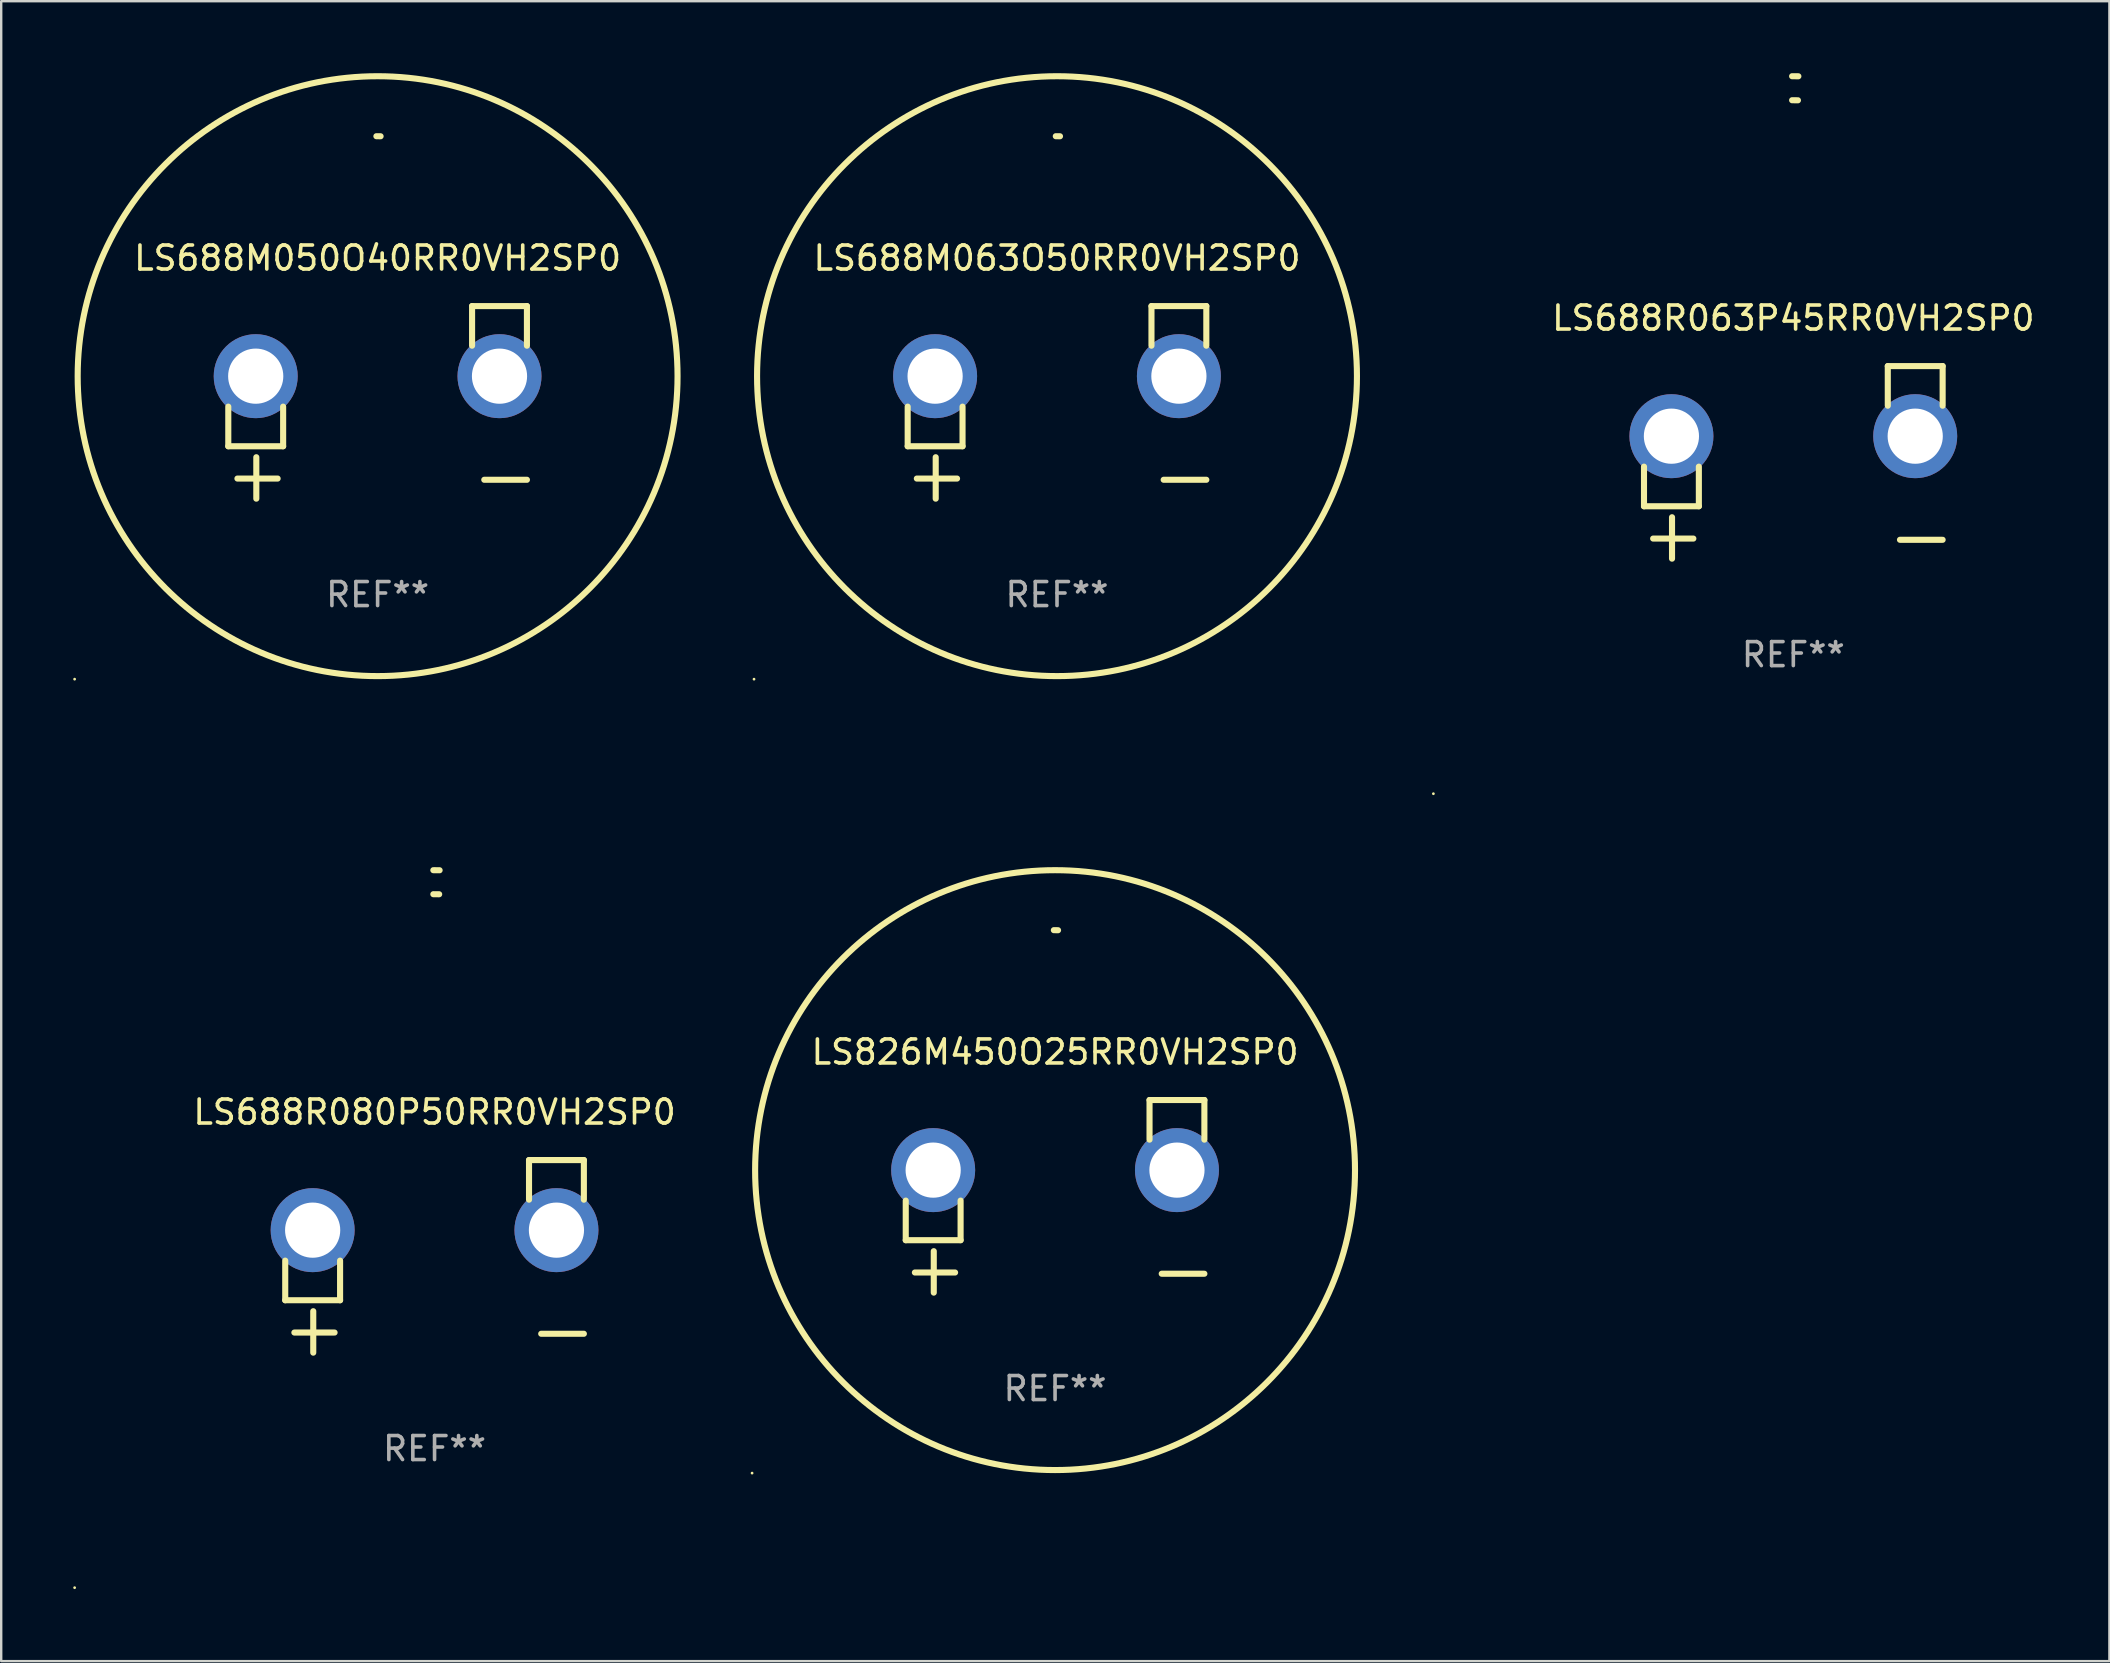
<source format=kicad_pcb>
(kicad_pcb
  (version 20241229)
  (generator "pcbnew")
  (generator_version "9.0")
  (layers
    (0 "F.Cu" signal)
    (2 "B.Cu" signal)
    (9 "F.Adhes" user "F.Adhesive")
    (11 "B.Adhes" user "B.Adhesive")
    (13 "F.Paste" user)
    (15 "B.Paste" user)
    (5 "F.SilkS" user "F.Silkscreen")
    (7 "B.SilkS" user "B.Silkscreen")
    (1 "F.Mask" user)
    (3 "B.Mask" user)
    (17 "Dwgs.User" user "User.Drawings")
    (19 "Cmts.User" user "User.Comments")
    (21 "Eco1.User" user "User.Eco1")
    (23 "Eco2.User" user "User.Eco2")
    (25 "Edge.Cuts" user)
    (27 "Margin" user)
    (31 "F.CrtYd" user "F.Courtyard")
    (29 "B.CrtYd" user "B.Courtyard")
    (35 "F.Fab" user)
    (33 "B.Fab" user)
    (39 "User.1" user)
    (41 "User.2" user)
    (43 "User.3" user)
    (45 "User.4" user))
  (footprint "LS688M063O50RR0VH2SP0"
    (layer "F.Cu")
    (at 41.001 13.719)
    (property "Reference" "LS688M063O50RR0VH2SP0" (at 0 -6.013 0) (layer "F.SilkS") (effects (font (size 1 1) (thickness 0.15))))
    (attr through_hole)
    (fp_line (start -6.223 0.178) (end -6.223 1.829) (stroke (width 0.254) (type solid)) (layer "F.SilkS"))
    (fp_line (start -6.223 1.829) (end -3.937 1.829) (stroke (width 0.254) (type solid)) (layer "F.SilkS"))
    (fp_line (start -5.055 4.013) (end -5.055 2.286) (stroke (width 0.254) (type solid)) (layer "F.SilkS"))
    (fp_line (start -4.166 3.175) (end -5.842 3.175) (stroke (width 0.254) (type solid)) (layer "F.SilkS"))
    (fp_line (start -3.937 1.829) (end -3.937 0.178) (stroke (width 0.254) (type solid)) (layer "F.SilkS"))
    (fp_line (start 3.937 -4.013) (end 3.937 -2.362) (stroke (width 0.254) (type solid)) (layer "F.SilkS"))
    (fp_line (start 6.223 -4.013) (end 3.937 -4.013) (stroke (width 0.254) (type solid)) (layer "F.SilkS"))
    (fp_line (start 6.223 -2.362) (end 6.223 -4.013) (stroke (width 0.254) (type solid)) (layer "F.SilkS"))
    (fp_line (start 6.223 3.226) (end 4.445 3.226) (stroke (width 0.254) (type solid)) (layer "F.SilkS"))
    (fp_arc (start -0.0508 -11.092202) (mid 0.036835 -11.091307) (end 0.12446 -11.089662) (stroke (width 0.254001) (type solid)) (layer "F.SilkS"))
    (fp_circle (center -12.627 11.535) (end -12.597 11.535) (stroke (width 0.06) (type solid)) (fill no) (layer "F.SilkS"))
    (fp_circle (center 0 -1.092) (end 12.5 -1.092) (stroke (width 0.254) (type solid)) (fill no) (layer "F.SilkS"))
    (fp_text user "REF**" (at 0 8.013 0) (layer "F.Fab") (effects (font (size 1 1) (thickness 0.15))))
    (pad "1" thru_hole circle (at -5.08 -1.092) (size 3.5 3.5) (drill 2.3) (layers "*.Cu" "*.Mask"))
    (pad "2" thru_hole circle (at 5.08 -1.092) (size 3.5 3.5) (drill 2.3) (layers "*.Cu" "*.Mask")))
  (footprint "LS688M050O40RR0VH2SP0"
    (layer "F.Cu")
    (at 12.687 13.719)
    (property "Reference" "LS688M050O40RR0VH2SP0" (at 0 -6.013 0) (layer "F.SilkS") (effects (font (size 1 1) (thickness 0.15))))
    (attr through_hole)
    (fp_line (start -6.223 0.178) (end -6.223 1.829) (stroke (width 0.254) (type solid)) (layer "F.SilkS"))
    (fp_line (start -6.223 1.829) (end -3.937 1.829) (stroke (width 0.254) (type solid)) (layer "F.SilkS"))
    (fp_line (start -5.055 4.013) (end -5.055 2.286) (stroke (width 0.254) (type solid)) (layer "F.SilkS"))
    (fp_line (start -4.166 3.175) (end -5.842 3.175) (stroke (width 0.254) (type solid)) (layer "F.SilkS"))
    (fp_line (start -3.937 1.829) (end -3.937 0.178) (stroke (width 0.254) (type solid)) (layer "F.SilkS"))
    (fp_line (start 3.937 -4.013) (end 3.937 -2.362) (stroke (width 0.254) (type solid)) (layer "F.SilkS"))
    (fp_line (start 6.223 -4.013) (end 3.937 -4.013) (stroke (width 0.254) (type solid)) (layer "F.SilkS"))
    (fp_line (start 6.223 -2.362) (end 6.223 -4.013) (stroke (width 0.254) (type solid)) (layer "F.SilkS"))
    (fp_line (start 6.223 3.226) (end 4.445 3.226) (stroke (width 0.254) (type solid)) (layer "F.SilkS"))
    (fp_arc (start -0.0508 -11.092202) (mid 0.036835 -11.091307) (end 0.12446 -11.089662) (stroke (width 0.254001) (type solid)) (layer "F.SilkS"))
    (fp_circle (center -12.627 11.535) (end -12.597 11.535) (stroke (width 0.06) (type solid)) (fill no) (layer "F.SilkS"))
    (fp_circle (center 0 -1.092) (end 12.5 -1.092) (stroke (width 0.254) (type solid)) (fill no) (layer "F.SilkS"))
    (fp_text user "REF**" (at 0 8.013 0) (layer "F.Fab") (effects (font (size 1 1) (thickness 0.15))))
    (pad "1" thru_hole circle (at -5.08 -1.092) (size 3.5 3.5) (drill 2.3) (layers "*.Cu" "*.Mask"))
    (pad "2" thru_hole circle (at 5.08 -1.092) (size 3.5 3.5) (drill 2.3) (layers "*.Cu" "*.Mask")))
  (footprint "LS826M450O25RR0VH2SP0"
    (layer "F.Cu")
    (at 40.92 46.807)
    (property "Reference" "LS826M450O25RR0VH2SP0" (at 0 -6.013 0) (layer "F.SilkS") (effects (font (size 1 1) (thickness 0.15))))
    (attr through_hole)
    (fp_line (start -6.223 0.178) (end -6.223 1.829) (stroke (width 0.254) (type solid)) (layer "F.SilkS"))
    (fp_line (start -6.223 1.829) (end -3.937 1.829) (stroke (width 0.254) (type solid)) (layer "F.SilkS"))
    (fp_line (start -5.055 4.013) (end -5.055 2.286) (stroke (width 0.254) (type solid)) (layer "F.SilkS"))
    (fp_line (start -4.166 3.175) (end -5.842 3.175) (stroke (width 0.254) (type solid)) (layer "F.SilkS"))
    (fp_line (start -3.937 1.829) (end -3.937 0.178) (stroke (width 0.254) (type solid)) (layer "F.SilkS"))
    (fp_line (start 3.937 -4.013) (end 3.937 -2.362) (stroke (width 0.254) (type solid)) (layer "F.SilkS"))
    (fp_line (start 6.223 -4.013) (end 3.937 -4.013) (stroke (width 0.254) (type solid)) (layer "F.SilkS"))
    (fp_line (start 6.223 -2.362) (end 6.223 -4.013) (stroke (width 0.254) (type solid)) (layer "F.SilkS"))
    (fp_line (start 6.223 3.226) (end 4.445 3.226) (stroke (width 0.254) (type solid)) (layer "F.SilkS"))
    (fp_arc (start -0.0508 -11.092202) (mid 0.036835 -11.091307) (end 0.12446 -11.089662) (stroke (width 0.254001) (type solid)) (layer "F.SilkS"))
    (fp_circle (center -12.627 11.535) (end -12.597 11.535) (stroke (width 0.06) (type solid)) (fill no) (layer "F.SilkS"))
    (fp_circle (center 0 -1.092) (end 12.5 -1.092) (stroke (width 0.254) (type solid)) (fill no) (layer "F.SilkS"))
    (fp_text user "REF**" (at 0 8.013 0) (layer "F.Fab") (effects (font (size 1 1) (thickness 0.15))))
    (pad "1" thru_hole circle (at -5.08 -1.092) (size 3.5 3.5) (drill 2.3) (layers "*.Cu" "*.Mask"))
    (pad "2" thru_hole circle (at 5.08 -1.092) (size 3.5 3.5) (drill 2.3) (layers "*.Cu" "*.Mask")))
  (footprint "LS688R063P45RR0VH2SP0"
    (layer "F.Cu")
    (at 71.687 16.22)
    (property "Reference" "LS688R063P45RR0VH2SP0" (at 0 -6.013 0) (layer "F.SilkS") (effects (font (size 1 1) (thickness 0.15))))
    (attr through_hole)
    (fp_line (start -6.223 0.178) (end -6.223 1.829) (stroke (width 0.254) (type solid)) (layer "F.SilkS"))
    (fp_line (start -6.223 1.829) (end -3.937 1.829) (stroke (width 0.254) (type solid)) (layer "F.SilkS"))
    (fp_line (start -5.055 4.013) (end -5.055 2.286) (stroke (width 0.254) (type solid)) (layer "F.SilkS"))
    (fp_line (start -4.166 3.175) (end -5.842 3.175) (stroke (width 0.254) (type solid)) (layer "F.SilkS"))
    (fp_line (start -3.937 1.829) (end -3.937 0.178) (stroke (width 0.254) (type solid)) (layer "F.SilkS"))
    (fp_line (start 3.937 -4.013) (end 3.937 -2.362) (stroke (width 0.254) (type solid)) (layer "F.SilkS"))
    (fp_line (start 6.223 -4.013) (end 3.937 -4.013) (stroke (width 0.254) (type solid)) (layer "F.SilkS"))
    (fp_line (start 6.223 -2.362) (end 6.223 -4.013) (stroke (width 0.254) (type solid)) (layer "F.SilkS"))
    (fp_line (start 6.223 3.226) (end 4.445 3.226) (stroke (width 0.254) (type solid)) (layer "F.SilkS"))
    (fp_arc (start -0.0508 -16.093472) (mid 0.080016 -16.092762) (end 0.210821 -16.090932) (stroke (width 0.254001) (type solid)) (layer "F.SilkS"))
    (fp_arc (start -0.0508 -15.09271) (mid 0.071125 -15.091961) (end 0.19304 -15.09017) (stroke (width 0.254001) (type solid)) (layer "F.SilkS"))
    (fp_circle (center -15 13.808) (end -14.97 13.808) (stroke (width 0.06) (type solid)) (fill no) (layer "F.SilkS"))
    (fp_text user "REF**" (at 0 8.013 0) (layer "F.Fab") (effects (font (size 1 1) (thickness 0.15))))
    (pad "1" thru_hole circle (at -5.08 -1.092) (size 3.5 3.5) (drill 2.3) (layers "*.Cu" "*.Mask"))
    (pad "2" thru_hole circle (at 5.08 -1.092) (size 3.5 3.5) (drill 2.3) (layers "*.Cu" "*.Mask")))
  (footprint "LS688R080P50RR0VH2SP0"
    (layer "F.Cu")
    (at 15.06 49.309)
    (property "Reference" "LS688R080P50RR0VH2SP0" (at 0 -6.013 0) (layer "F.SilkS") (effects (font (size 1 1) (thickness 0.15))))
    (attr through_hole)
    (fp_line (start -6.223 0.178) (end -6.223 1.829) (stroke (width 0.254) (type solid)) (layer "F.SilkS"))
    (fp_line (start -6.223 1.829) (end -3.937 1.829) (stroke (width 0.254) (type solid)) (layer "F.SilkS"))
    (fp_line (start -5.055 4.013) (end -5.055 2.286) (stroke (width 0.254) (type solid)) (layer "F.SilkS"))
    (fp_line (start -4.166 3.175) (end -5.842 3.175) (stroke (width 0.254) (type solid)) (layer "F.SilkS"))
    (fp_line (start -3.937 1.829) (end -3.937 0.178) (stroke (width 0.254) (type solid)) (layer "F.SilkS"))
    (fp_line (start 3.937 -4.013) (end 3.937 -2.362) (stroke (width 0.254) (type solid)) (layer "F.SilkS"))
    (fp_line (start 6.223 -4.013) (end 3.937 -4.013) (stroke (width 0.254) (type solid)) (layer "F.SilkS"))
    (fp_line (start 6.223 -2.362) (end 6.223 -4.013) (stroke (width 0.254) (type solid)) (layer "F.SilkS"))
    (fp_line (start 6.223 3.226) (end 4.445 3.226) (stroke (width 0.254) (type solid)) (layer "F.SilkS"))
    (fp_arc (start -0.0508 -16.093472) (mid 0.080016 -16.092762) (end 0.210821 -16.090932) (stroke (width 0.254001) (type solid)) (layer "F.SilkS"))
    (fp_arc (start -0.0508 -15.09271) (mid 0.071125 -15.091961) (end 0.19304 -15.09017) (stroke (width 0.254001) (type solid)) (layer "F.SilkS"))
    (fp_circle (center -15 13.808) (end -14.97 13.808) (stroke (width 0.06) (type solid)) (fill no) (layer "F.SilkS"))
    (fp_text user "REF**" (at 0 8.013 0) (layer "F.Fab") (effects (font (size 1 1) (thickness 0.15))))
    (pad "1" thru_hole circle (at -5.08 -1.092) (size 3.5 3.5) (drill 2.3) (layers "*.Cu" "*.Mask"))
    (pad "2" thru_hole circle (at 5.08 -1.092) (size 3.5 3.5) (drill 2.3) (layers "*.Cu" "*.Mask")))
  (gr_rect
    (start -3 -3)
    (end 84.86 66.177)
    (stroke (width 0.1) (type default))
    (fill no)
    (layer "Edge.Cuts")))
</source>
